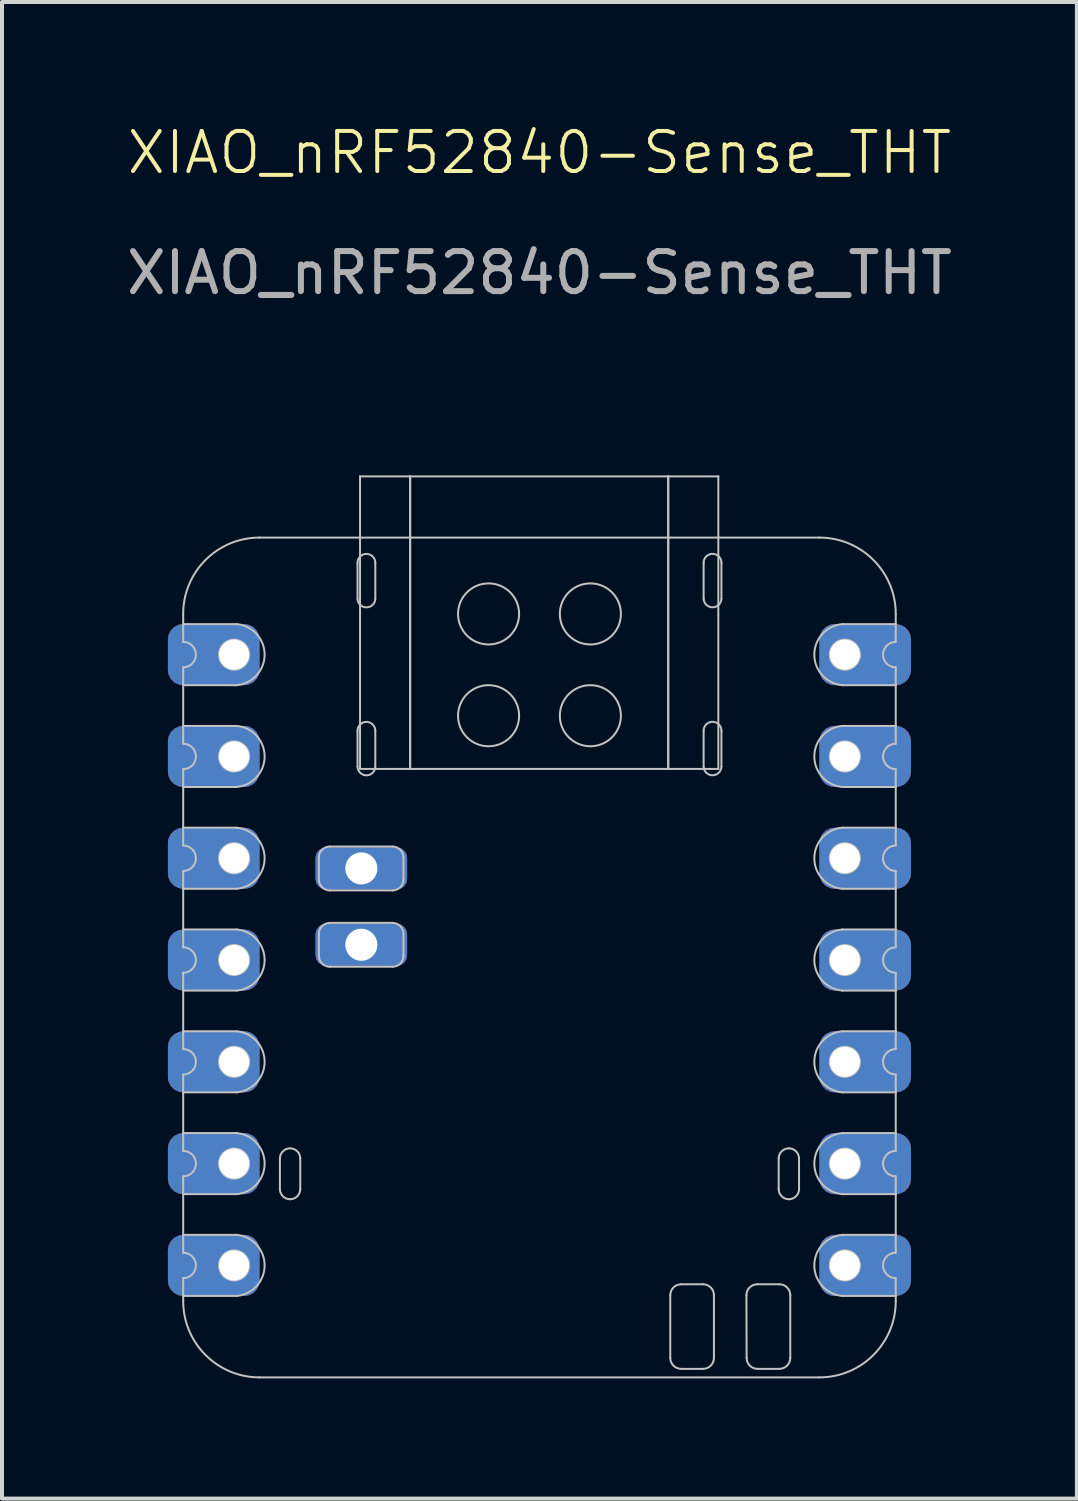
<source format=kicad_pcb>
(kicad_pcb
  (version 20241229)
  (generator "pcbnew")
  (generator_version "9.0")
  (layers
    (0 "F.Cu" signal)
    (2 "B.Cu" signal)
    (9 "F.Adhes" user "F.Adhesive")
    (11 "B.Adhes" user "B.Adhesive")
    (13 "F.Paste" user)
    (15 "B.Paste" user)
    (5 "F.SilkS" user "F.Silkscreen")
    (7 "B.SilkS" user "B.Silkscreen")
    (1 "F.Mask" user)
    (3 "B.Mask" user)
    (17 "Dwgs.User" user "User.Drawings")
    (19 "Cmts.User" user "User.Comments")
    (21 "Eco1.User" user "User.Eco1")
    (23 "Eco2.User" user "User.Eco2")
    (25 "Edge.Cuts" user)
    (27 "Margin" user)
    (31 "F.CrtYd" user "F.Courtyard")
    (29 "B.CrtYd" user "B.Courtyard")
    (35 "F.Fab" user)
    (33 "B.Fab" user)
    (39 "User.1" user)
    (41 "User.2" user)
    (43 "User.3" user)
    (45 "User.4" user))
  (footprint "XIAO_nRF52840-Sense_THT"
    (layer "F.Cu")
    (at 10.411 20.905)
    (property "Reference" "XIAO_nRF52840-Sense_THT" (at 0 -20.145 0) (unlocked yes) (layer "F.SilkS") (effects (font (size 1 1) (thickness 0.1))))
    (attr through_hole)
    (fp_line (start -8.89 -8.382) (end -8.89 -8.636) (stroke (width 0.05) (type default)) (layer "Dwgs.User"))
    (fp_line (start -8.89 -8.382) (end -7.556 -8.382) (stroke (width 0.05) (type default)) (layer "Dwgs.User"))
    (fp_line (start -8.89 -7.938) (end -8.89 -8.382) (stroke (width 0.05) (type default)) (layer "Dwgs.User"))
    (fp_line (start -8.89 -6.858) (end -8.89 -7.303) (stroke (width 0.05) (type default)) (layer "Dwgs.User"))
    (fp_line (start -8.89 -5.842) (end -8.89 -6.858) (stroke (width 0.05) (type default)) (layer "Dwgs.User"))
    (fp_line (start -8.89 -5.842) (end -7.556 -5.842) (stroke (width 0.05) (type default)) (layer "Dwgs.User"))
    (fp_line (start -8.89 -5.397) (end -8.89 -5.842) (stroke (width 0.05) (type default)) (layer "Dwgs.User"))
    (fp_line (start -8.89 -4.318) (end -8.89 -4.763) (stroke (width 0.05) (type default)) (layer "Dwgs.User"))
    (fp_line (start -8.89 -3.302) (end -8.89 -4.318) (stroke (width 0.05) (type default)) (layer "Dwgs.User"))
    (fp_line (start -8.89 -3.302) (end -7.556 -3.302) (stroke (width 0.05) (type default)) (layer "Dwgs.User"))
    (fp_line (start -8.89 -2.857) (end -8.89 -3.302) (stroke (width 0.05) (type default)) (layer "Dwgs.User"))
    (fp_line (start -8.89 -1.778) (end -8.89 -2.223) (stroke (width 0.05) (type default)) (layer "Dwgs.User"))
    (fp_line (start -8.89 -0.762) (end -8.89 -1.778) (stroke (width 0.05) (type default)) (layer "Dwgs.User"))
    (fp_line (start -8.89 -0.762) (end -7.556 -0.762) (stroke (width 0.05) (type default)) (layer "Dwgs.User"))
    (fp_line (start -8.89 -0.318) (end -8.89 -0.762) (stroke (width 0.05) (type default)) (layer "Dwgs.User"))
    (fp_line (start -8.89 0.762) (end -8.89 0.318) (stroke (width 0.05) (type default)) (layer "Dwgs.User"))
    (fp_line (start -8.89 1.778) (end -8.89 0.762) (stroke (width 0.05) (type default)) (layer "Dwgs.User"))
    (fp_line (start -8.89 1.778) (end -7.556 1.778) (stroke (width 0.05) (type default)) (layer "Dwgs.User"))
    (fp_line (start -8.89 2.223) (end -8.89 1.778) (stroke (width 0.05) (type default)) (layer "Dwgs.User"))
    (fp_line (start -8.89 3.302) (end -8.89 2.857) (stroke (width 0.05) (type default)) (layer "Dwgs.User"))
    (fp_line (start -8.89 4.318) (end -8.89 3.302) (stroke (width 0.05) (type default)) (layer "Dwgs.User"))
    (fp_line (start -8.89 4.318) (end -7.556 4.318) (stroke (width 0.05) (type default)) (layer "Dwgs.User"))
    (fp_line (start -8.89 4.763) (end -8.89 4.318) (stroke (width 0.05) (type default)) (layer "Dwgs.User"))
    (fp_line (start -8.89 5.842) (end -8.89 5.397) (stroke (width 0.05) (type default)) (layer "Dwgs.User"))
    (fp_line (start -8.89 6.858) (end -8.89 5.842) (stroke (width 0.05) (type default)) (layer "Dwgs.User"))
    (fp_line (start -8.89 6.858) (end -7.556 6.858) (stroke (width 0.05) (type default)) (layer "Dwgs.User"))
    (fp_line (start -8.89 7.303) (end -8.89 6.858) (stroke (width 0.05) (type default)) (layer "Dwgs.User"))
    (fp_line (start -8.89 8.382) (end -8.89 7.938) (stroke (width 0.05) (type default)) (layer "Dwgs.User"))
    (fp_line (start -8.89 8.509) (end -8.89 8.382) (stroke (width 0.05) (type default)) (layer "Dwgs.User"))
    (fp_line (start -7.556 -6.858) (end -8.89 -6.858) (stroke (width 0.05) (type default)) (layer "Dwgs.User"))
    (fp_line (start -7.556 -4.318) (end -8.89 -4.318) (stroke (width 0.05) (type default)) (layer "Dwgs.User"))
    (fp_line (start -7.556 -1.778) (end -8.89 -1.778) (stroke (width 0.05) (type default)) (layer "Dwgs.User"))
    (fp_line (start -7.556 0.762) (end -8.89 0.762) (stroke (width 0.05) (type default)) (layer "Dwgs.User"))
    (fp_line (start -7.556 3.302) (end -8.89 3.302) (stroke (width 0.05) (type default)) (layer "Dwgs.User"))
    (fp_line (start -7.556 5.842) (end -8.89 5.842) (stroke (width 0.05) (type default)) (layer "Dwgs.User"))
    (fp_line (start -7.556 8.382) (end -8.89 8.382) (stroke (width 0.05) (type default)) (layer "Dwgs.User"))
    (fp_line (start -6.985 -10.541) (end 6.985 -10.541) (stroke (width 0.05) (type default)) (layer "Dwgs.User"))
    (fp_line (start -6.477 4.953) (end -6.477 5.715) (stroke (width 0.05) (type default)) (layer "Dwgs.User"))
    (fp_line (start -5.969 5.715) (end -5.969 4.953) (stroke (width 0.05) (type default)) (layer "Dwgs.User"))
    (fp_line (start -5.504 -2.559) (end -5.504 -2.01) (stroke (width 0.05) (type default)) (layer "Dwgs.User"))
    (fp_line (start -5.504 -0.654) (end -5.504 -0.105) (stroke (width 0.05) (type default)) (layer "Dwgs.User"))
    (fp_line (start -5.231 -1.737) (end -3.667 -1.737) (stroke (width 0.05) (type default)) (layer "Dwgs.User"))
    (fp_line (start -5.231 0.168) (end -3.667 0.168) (stroke (width 0.05) (type default)) (layer "Dwgs.User"))
    (fp_line (start -4.54 -9.906) (end -4.54 -9.017) (stroke (width 0.05) (type default)) (layer "Dwgs.User"))
    (fp_line (start -4.54 -5.715) (end -4.54 -4.826) (stroke (width 0.05) (type default)) (layer "Dwgs.User"))
    (fp_line (start -4.477 -12.068) (end -3.227 -12.068) (stroke (width 0.05) (type default)) (layer "Dwgs.User"))
    (fp_line (start -4.477 -4.768) (end -4.477 -12.068) (stroke (width 0.05) (type default)) (layer "Dwgs.User"))
    (fp_line (start -4.096 -9.017) (end -4.096 -9.906) (stroke (width 0.05) (type default)) (layer "Dwgs.User"))
    (fp_line (start -4.096 -4.826) (end -4.096 -5.715) (stroke (width 0.05) (type default)) (layer "Dwgs.User"))
    (fp_line (start -3.667 -2.832) (end -5.231 -2.832) (stroke (width 0.05) (type default)) (layer "Dwgs.User"))
    (fp_line (start -3.667 -0.927) (end -5.231 -0.927) (stroke (width 0.05) (type default)) (layer "Dwgs.User"))
    (fp_line (start -3.394 -2.01) (end -3.394 -2.559) (stroke (width 0.05) (type default)) (layer "Dwgs.User"))
    (fp_line (start -3.394 -0.105) (end -3.394 -0.654) (stroke (width 0.05) (type default)) (layer "Dwgs.User"))
    (fp_line (start -3.227 -12.068) (end -3.227 -4.768) (stroke (width 0.05) (type default)) (layer "Dwgs.User"))
    (fp_line (start -3.227 -12.068) (end 3.213 -12.068) (stroke (width 0.05) (type default)) (layer "Dwgs.User"))
    (fp_line (start -3.227 -4.768) (end -4.477 -4.768) (stroke (width 0.05) (type default)) (layer "Dwgs.User"))
    (fp_line (start -3.227 -4.768) (end -3.227 -12.068) (stroke (width 0.05) (type default)) (layer "Dwgs.User"))
    (fp_line (start 3.213 -12.068) (end 3.213 -4.768) (stroke (width 0.05) (type default)) (layer "Dwgs.User"))
    (fp_line (start 3.213 -12.068) (end 3.213 -4.768) (stroke (width 0.05) (type default)) (layer "Dwgs.User"))
    (fp_line (start 3.213 -4.768) (end -3.227 -4.768) (stroke (width 0.05) (type default)) (layer "Dwgs.User"))
    (fp_line (start 3.213 -4.768) (end 4.463 -4.768) (stroke (width 0.05) (type default)) (layer "Dwgs.User"))
    (fp_line (start 3.264 8.363) (end 3.264 9.928) (stroke (width 0.05) (type default)) (layer "Dwgs.User"))
    (fp_line (start 3.537 10.201) (end 4.08 10.201) (stroke (width 0.05) (type default)) (layer "Dwgs.User"))
    (fp_line (start 4.08 8.09) (end 3.532 8.09) (stroke (width 0.05) (type default)) (layer "Dwgs.User"))
    (fp_line (start 4.096 -9.906) (end 4.096 -9.017) (stroke (width 0.05) (type default)) (layer "Dwgs.User"))
    (fp_line (start 4.096 -5.715) (end 4.096 -4.826) (stroke (width 0.05) (type default)) (layer "Dwgs.User"))
    (fp_line (start 4.353 9.928) (end 4.353 8.363) (stroke (width 0.05) (type default)) (layer "Dwgs.User"))
    (fp_line (start 4.463 -12.068) (end 3.213 -12.068) (stroke (width 0.05) (type default)) (layer "Dwgs.User"))
    (fp_line (start 4.463 -4.768) (end 4.463 -12.068) (stroke (width 0.05) (type default)) (layer "Dwgs.User"))
    (fp_line (start 4.54 -9.017) (end 4.54 -9.906) (stroke (width 0.05) (type default)) (layer "Dwgs.User"))
    (fp_line (start 4.54 -4.826) (end 4.54 -5.715) (stroke (width 0.05) (type default)) (layer "Dwgs.User"))
    (fp_line (start 5.164 8.364) (end 5.169 9.929) (stroke (width 0.05) (type default)) (layer "Dwgs.User"))
    (fp_line (start 5.442 10.201) (end 5.985 10.201) (stroke (width 0.05) (type default)) (layer "Dwgs.User"))
    (fp_line (start 5.969 4.953) (end 5.969 5.715) (stroke (width 0.05) (type default)) (layer "Dwgs.User"))
    (fp_line (start 5.985 8.09) (end 5.437 8.09) (stroke (width 0.05) (type default)) (layer "Dwgs.User"))
    (fp_line (start 6.258 9.929) (end 6.258 8.363) (stroke (width 0.05) (type default)) (layer "Dwgs.User"))
    (fp_line (start 6.477 5.715) (end 6.477 4.953) (stroke (width 0.05) (type default)) (layer "Dwgs.User"))
    (fp_line (start 6.985 10.414) (end -6.985 10.414) (stroke (width 0.05) (type default)) (layer "Dwgs.User"))
    (fp_line (start 7.556 -8.382) (end 8.89 -8.382) (stroke (width 0.05) (type default)) (layer "Dwgs.User"))
    (fp_line (start 7.556 -5.842) (end 8.89 -5.842) (stroke (width 0.05) (type default)) (layer "Dwgs.User"))
    (fp_line (start 7.556 -3.302) (end 8.89 -3.302) (stroke (width 0.05) (type default)) (layer "Dwgs.User"))
    (fp_line (start 7.556 -0.762) (end 8.89 -0.762) (stroke (width 0.05) (type default)) (layer "Dwgs.User"))
    (fp_line (start 7.556 1.778) (end 8.89 1.778) (stroke (width 0.05) (type default)) (layer "Dwgs.User"))
    (fp_line (start 7.556 4.318) (end 8.89 4.318) (stroke (width 0.05) (type default)) (layer "Dwgs.User"))
    (fp_line (start 7.556 6.858) (end 8.89 6.858) (stroke (width 0.05) (type default)) (layer "Dwgs.User"))
    (fp_line (start 8.89 -8.636) (end 8.89 -8.382) (stroke (width 0.05) (type default)) (layer "Dwgs.User"))
    (fp_line (start 8.89 -8.382) (end 8.89 -7.938) (stroke (width 0.05) (type default)) (layer "Dwgs.User"))
    (fp_line (start 8.89 -7.303) (end 8.89 -6.858) (stroke (width 0.05) (type default)) (layer "Dwgs.User"))
    (fp_line (start 8.89 -6.858) (end 7.556 -6.858) (stroke (width 0.05) (type default)) (layer "Dwgs.User"))
    (fp_line (start 8.89 -5.842) (end 8.89 -6.858) (stroke (width 0.05) (type default)) (layer "Dwgs.User"))
    (fp_line (start 8.89 -5.842) (end 8.89 -5.397) (stroke (width 0.05) (type default)) (layer "Dwgs.User"))
    (fp_line (start 8.89 -4.763) (end 8.89 -4.318) (stroke (width 0.05) (type default)) (layer "Dwgs.User"))
    (fp_line (start 8.89 -4.318) (end 7.556 -4.318) (stroke (width 0.05) (type default)) (layer "Dwgs.User"))
    (fp_line (start 8.89 -3.302) (end 8.89 -4.318) (stroke (width 0.05) (type default)) (layer "Dwgs.User"))
    (fp_line (start 8.89 -3.302) (end 8.89 -2.857) (stroke (width 0.05) (type default)) (layer "Dwgs.User"))
    (fp_line (start 8.89 -2.223) (end 8.89 -1.778) (stroke (width 0.05) (type default)) (layer "Dwgs.User"))
    (fp_line (start 8.89 -1.778) (end 7.556 -1.778) (stroke (width 0.05) (type default)) (layer "Dwgs.User"))
    (fp_line (start 8.89 -0.762) (end 8.89 -1.778) (stroke (width 0.05) (type default)) (layer "Dwgs.User"))
    (fp_line (start 8.89 -0.762) (end 8.89 -0.318) (stroke (width 0.05) (type default)) (layer "Dwgs.User"))
    (fp_line (start 8.89 0.318) (end 8.89 0.762) (stroke (width 0.05) (type default)) (layer "Dwgs.User"))
    (fp_line (start 8.89 0.762) (end 7.556 0.762) (stroke (width 0.05) (type default)) (layer "Dwgs.User"))
    (fp_line (start 8.89 1.778) (end 8.89 0.762) (stroke (width 0.05) (type default)) (layer "Dwgs.User"))
    (fp_line (start 8.89 1.778) (end 8.89 2.223) (stroke (width 0.05) (type default)) (layer "Dwgs.User"))
    (fp_line (start 8.89 2.857) (end 8.89 3.302) (stroke (width 0.05) (type default)) (layer "Dwgs.User"))
    (fp_line (start 8.89 3.302) (end 7.556 3.302) (stroke (width 0.05) (type default)) (layer "Dwgs.User"))
    (fp_line (start 8.89 4.318) (end 8.89 3.302) (stroke (width 0.05) (type default)) (layer "Dwgs.User"))
    (fp_line (start 8.89 4.318) (end 8.89 4.763) (stroke (width 0.05) (type default)) (layer "Dwgs.User"))
    (fp_line (start 8.89 5.397) (end 8.89 5.842) (stroke (width 0.05) (type default)) (layer "Dwgs.User"))
    (fp_line (start 8.89 5.842) (end 7.556 5.842) (stroke (width 0.05) (type default)) (layer "Dwgs.User"))
    (fp_line (start 8.89 6.858) (end 8.89 5.842) (stroke (width 0.05) (type default)) (layer "Dwgs.User"))
    (fp_line (start 8.89 6.858) (end 8.89 7.303) (stroke (width 0.05) (type default)) (layer "Dwgs.User"))
    (fp_line (start 8.89 7.938) (end 8.89 8.382) (stroke (width 0.05) (type default)) (layer "Dwgs.User"))
    (fp_line (start 8.89 8.382) (end 7.556 8.382) (stroke (width 0.05) (type default)) (layer "Dwgs.User"))
    (fp_line (start 8.89 8.382) (end 8.89 8.509) (stroke (width 0.05) (type default)) (layer "Dwgs.User"))
    (fp_arc (start -8.89 -8.636) (mid -8.332024 -9.983024) (end -6.985 -10.541) (stroke (width 0.05) (type default)) (layer "Dwgs.User"))
    (fp_arc (start -8.89 -7.9375) (mid -8.5725 -7.62) (end -8.89 -7.3025) (stroke (width 0.05) (type default)) (layer "Dwgs.User"))
    (fp_arc (start -8.89 -5.3975) (mid -8.5725 -5.08) (end -8.89 -4.7625) (stroke (width 0.05) (type default)) (layer "Dwgs.User"))
    (fp_arc (start -8.89 -2.8575) (mid -8.5725 -2.54) (end -8.89 -2.2225) (stroke (width 0.05) (type default)) (layer "Dwgs.User"))
    (fp_arc (start -8.89 -0.3175) (mid -8.5725 0) (end -8.89 0.3175) (stroke (width 0.05) (type default)) (layer "Dwgs.User"))
    (fp_arc (start -8.89 2.2225) (mid -8.5725 2.54) (end -8.89 2.8575) (stroke (width 0.05) (type default)) (layer "Dwgs.User"))
    (fp_arc (start -8.89 4.7625) (mid -8.5725 5.08) (end -8.89 5.3975) (stroke (width 0.05) (type default)) (layer "Dwgs.User"))
    (fp_arc (start -8.89 7.3025) (mid -8.5725 7.62) (end -8.89 7.9375) (stroke (width 0.05) (type default)) (layer "Dwgs.User"))
    (fp_arc (start -7.5565 -8.382) (mid -6.858 -7.62) (end -7.5565 -6.858) (stroke (width 0.05) (type default)) (layer "Dwgs.User"))
    (fp_arc (start -7.5565 -5.842) (mid -6.858 -5.08) (end -7.5565 -4.318) (stroke (width 0.05) (type default)) (layer "Dwgs.User"))
    (fp_arc (start -7.5565 -3.302) (mid -6.858 -2.54) (end -7.5565 -1.778) (stroke (width 0.05) (type default)) (layer "Dwgs.User"))
    (fp_arc (start -7.5565 -0.762) (mid -6.858 0) (end -7.5565 0.762) (stroke (width 0.05) (type default)) (layer "Dwgs.User"))
    (fp_arc (start -7.5565 1.778) (mid -6.858 2.54) (end -7.5565 3.302) (stroke (width 0.05) (type default)) (layer "Dwgs.User"))
    (fp_arc (start -7.5565 4.318) (mid -6.858 5.08) (end -7.5565 5.842) (stroke (width 0.05) (type default)) (layer "Dwgs.User"))
    (fp_arc (start -7.5565 6.858) (mid -6.858 7.62) (end -7.5565 8.382) (stroke (width 0.05) (type default)) (layer "Dwgs.User"))
    (fp_arc (start -6.985 10.414) (mid -8.332026 9.856026) (end -8.89 8.509) (stroke (width 0.05) (type default)) (layer "Dwgs.User"))
    (fp_arc (start -6.477 4.953) (mid -6.402603 4.773397) (end -6.223 4.699) (stroke (width 0.05) (type default)) (layer "Dwgs.User"))
    (fp_arc (start -6.223 4.699) (mid -6.043397 4.773397) (end -5.969 4.953) (stroke (width 0.05) (type default)) (layer "Dwgs.User"))
    (fp_arc (start -6.223 5.969) (mid -6.402603 5.894603) (end -6.477 5.715) (stroke (width 0.05) (type default)) (layer "Dwgs.User"))
    (fp_arc (start -5.969 5.715) (mid -6.043397 5.894603) (end -6.223 5.969) (stroke (width 0.05) (type default)) (layer "Dwgs.User"))
    (fp_arc (start -5.504259 -2.558529) (mid -5.424292 -2.751612) (end -5.231209 -2.831579) (stroke (width 0.05) (type default)) (layer "Dwgs.User"))
    (fp_arc (start -5.504259 -0.653529) (mid -5.424292 -0.846612) (end -5.231209 -0.926579) (stroke (width 0.05) (type default)) (layer "Dwgs.User"))
    (fp_arc (start -5.231209 -1.736839) (mid -5.424285 -1.816813) (end -5.504259 -2.009889) (stroke (width 0.05) (type default)) (layer "Dwgs.User"))
    (fp_arc (start -5.231209 0.168161) (mid -5.424285 0.088187) (end -5.504259 -0.104889) (stroke (width 0.05) (type default)) (layer "Dwgs.User"))
    (fp_arc (start -4.54025 -9.906) (mid -4.318 -10.128251) (end -4.09575 -9.906) (stroke (width 0.05) (type default)) (layer "Dwgs.User"))
    (fp_arc (start -4.54025 -5.715) (mid -4.318 -5.937251) (end -4.09575 -5.715) (stroke (width 0.05) (type default)) (layer "Dwgs.User"))
    (fp_arc (start -4.09575 -9.017) (mid -4.318 -8.794751) (end -4.54025 -9.017) (stroke (width 0.05) (type default)) (layer "Dwgs.User"))
    (fp_arc (start -4.09575 -4.826) (mid -4.318 -4.603751) (end -4.54025 -4.826) (stroke (width 0.05) (type default)) (layer "Dwgs.User"))
    (fp_arc (start -3.666569 -2.831579) (mid -3.473511 -2.751587) (end -3.393519 -2.558529) (stroke (width 0.05) (type default)) (layer "Dwgs.User"))
    (fp_arc (start -3.666569 -0.926579) (mid -3.473511 -0.846587) (end -3.393519 -0.653529) (stroke (width 0.05) (type default)) (layer "Dwgs.User"))
    (fp_arc (start -3.393519 -2.009889) (mid -3.473494 -1.816814) (end -3.666569 -1.736839) (stroke (width 0.05) (type default)) (layer "Dwgs.User"))
    (fp_arc (start -3.393519 -0.104889) (mid -3.473494 0.088186) (end -3.666569 0.168161) (stroke (width 0.05) (type default)) (layer "Dwgs.User"))
    (fp_arc (start 3.263821 8.363471) (mid 3.342007 8.1722) (end 3.531791 8.090469) (stroke (width 0.05) (type default)) (layer "Dwgs.User"))
    (fp_arc (start 3.536871 10.201161) (mid 3.34381 10.121177) (end 3.263821 9.928111) (stroke (width 0.05) (type default)) (layer "Dwgs.User"))
    (fp_arc (start 4.080408 8.090421) (mid 4.273489 8.170397) (end 4.353481 8.363471) (stroke (width 0.05) (type default)) (layer "Dwgs.User"))
    (fp_arc (start 4.09575 -9.906) (mid 4.318 -10.128251) (end 4.54025 -9.906) (stroke (width 0.05) (type default)) (layer "Dwgs.User"))
    (fp_arc (start 4.09575 -5.715) (mid 4.318 -5.937251) (end 4.54025 -5.715) (stroke (width 0.05) (type default)) (layer "Dwgs.User"))
    (fp_arc (start 4.353481 9.928111) (mid 4.273504 10.12119) (end 4.080431 10.201161) (stroke (width 0.05) (type default)) (layer "Dwgs.User"))
    (fp_arc (start 4.54025 -9.017) (mid 4.318 -8.794751) (end 4.09575 -9.017) (stroke (width 0.05) (type default)) (layer "Dwgs.User"))
    (fp_arc (start 4.54025 -4.826) (mid 4.318 -4.603751) (end 4.09575 -4.826) (stroke (width 0.05) (type default)) (layer "Dwgs.User"))
    (fp_arc (start 5.163743 8.364358) (mid 5.243402 8.170709) (end 5.436791 8.090421) (stroke (width 0.05) (type default)) (layer "Dwgs.User"))
    (fp_arc (start 5.441871 10.201161) (mid 5.249124 10.12149) (end 5.168823 9.928998) (stroke (width 0.05) (type default)) (layer "Dwgs.User"))
    (fp_arc (start 5.969 4.953) (mid 6.043395 4.773395) (end 6.223 4.699) (stroke (width 0.05) (type default)) (layer "Dwgs.User"))
    (fp_arc (start 5.985431 8.090421) (mid 6.178497 8.170405) (end 6.258481 8.363471) (stroke (width 0.05) (type default)) (layer "Dwgs.User"))
    (fp_arc (start 6.223 4.699) (mid 6.402605 4.773395) (end 6.477 4.953) (stroke (width 0.05) (type default)) (layer "Dwgs.User"))
    (fp_arc (start 6.223 5.969) (mid 6.043395 5.894605) (end 5.969 5.715) (stroke (width 0.05) (type default)) (layer "Dwgs.User"))
    (fp_arc (start 6.25848 9.928998) (mid 6.178191 10.121504) (end 5.985431 10.201161) (stroke (width 0.05) (type default)) (layer "Dwgs.User"))
    (fp_arc (start 6.477 5.715) (mid 6.402605 5.894605) (end 6.223 5.969) (stroke (width 0.05) (type default)) (layer "Dwgs.User"))
    (fp_arc (start 6.985 -10.541) (mid 8.33203 -9.98303) (end 8.89 -8.636) (stroke (width 0.05) (type default)) (layer "Dwgs.User"))
    (fp_arc (start 7.5565 -6.858) (mid 6.858003 -7.62) (end 7.5565 -8.382) (stroke (width 0.05) (type default)) (layer "Dwgs.User"))
    (fp_arc (start 7.5565 -4.318) (mid 6.858003 -5.08) (end 7.5565 -5.842) (stroke (width 0.05) (type default)) (layer "Dwgs.User"))
    (fp_arc (start 7.5565 -1.778) (mid 6.858003 -2.54) (end 7.5565 -3.302) (stroke (width 0.05) (type default)) (layer "Dwgs.User"))
    (fp_arc (start 7.5565 0.762) (mid 6.858003 0) (end 7.5565 -0.762) (stroke (width 0.05) (type default)) (layer "Dwgs.User"))
    (fp_arc (start 7.5565 3.302) (mid 6.858003 2.54) (end 7.5565 1.778) (stroke (width 0.05) (type default)) (layer "Dwgs.User"))
    (fp_arc (start 7.5565 5.842) (mid 6.858003 5.08) (end 7.5565 4.318) (stroke (width 0.05) (type default)) (layer "Dwgs.User"))
    (fp_arc (start 7.5565 8.382) (mid 6.858003 7.62) (end 7.5565 6.858) (stroke (width 0.05) (type default)) (layer "Dwgs.User"))
    (fp_arc (start 8.89 -7.3025) (mid 8.5725 -7.62) (end 8.89 -7.9375) (stroke (width 0.05) (type default)) (layer "Dwgs.User"))
    (fp_arc (start 8.89 -4.7625) (mid 8.5725 -5.08) (end 8.89 -5.3975) (stroke (width 0.05) (type default)) (layer "Dwgs.User"))
    (fp_arc (start 8.89 -2.2225) (mid 8.5725 -2.54) (end 8.89 -2.8575) (stroke (width 0.05) (type default)) (layer "Dwgs.User"))
    (fp_arc (start 8.89 0.3175) (mid 8.5725 0) (end 8.89 -0.3175) (stroke (width 0.05) (type default)) (layer "Dwgs.User"))
    (fp_arc (start 8.89 2.8575) (mid 8.5725 2.54) (end 8.89 2.2225) (stroke (width 0.05) (type default)) (layer "Dwgs.User"))
    (fp_arc (start 8.89 5.3975) (mid 8.5725 5.08) (end 8.89 4.7625) (stroke (width 0.05) (type default)) (layer "Dwgs.User"))
    (fp_arc (start 8.89 7.9375) (mid 8.5725 7.62) (end 8.89 7.3025) (stroke (width 0.05) (type default)) (layer "Dwgs.User"))
    (fp_arc (start 8.89 8.509) (mid 8.332027 9.856027) (end 6.985 10.414) (stroke (width 0.05) (type default)) (layer "Dwgs.User"))
    (fp_circle (center -7.62 -7.62) (end -7.62 -7.995) (stroke (width 0.05) (type default)) (fill no) (layer "Dwgs.User"))
    (fp_circle (center -7.62 -5.08) (end -7.62 -5.455) (stroke (width 0.05) (type default)) (fill no) (layer "Dwgs.User"))
    (fp_circle (center -7.62 -2.54) (end -7.62 -2.915) (stroke (width 0.05) (type default)) (fill no) (layer "Dwgs.User"))
    (fp_circle (center -7.62 0) (end -7.62 -0.375) (stroke (width 0.05) (type default)) (fill no) (layer "Dwgs.User"))
    (fp_circle (center -7.62 2.54) (end -7.62 2.165) (stroke (width 0.05) (type default)) (fill no) (layer "Dwgs.User"))
    (fp_circle (center -7.62 5.08) (end -7.62 4.705) (stroke (width 0.05) (type default)) (fill no) (layer "Dwgs.User"))
    (fp_circle (center -7.62 7.62) (end -7.62 7.245) (stroke (width 0.05) (type default)) (fill no) (layer "Dwgs.User"))
    (fp_circle (center -1.27 -8.636) (end -1.27 -9.398) (stroke (width 0.05) (type default)) (fill no) (layer "Dwgs.User"))
    (fp_circle (center -1.27 -6.096) (end -1.27 -6.858) (stroke (width 0.05) (type default)) (fill no) (layer "Dwgs.User"))
    (fp_circle (center 1.27 -8.636) (end 1.27 -9.398) (stroke (width 0.05) (type default)) (fill no) (layer "Dwgs.User"))
    (fp_circle (center 1.27 -6.096) (end 1.27 -6.858) (stroke (width 0.05) (type default)) (fill no) (layer "Dwgs.User"))
    (fp_circle (center 7.62 -7.62) (end 7.62 -7.995) (stroke (width 0.05) (type default)) (fill no) (layer "Dwgs.User"))
    (fp_circle (center 7.62 -5.08) (end 7.62 -5.455) (stroke (width 0.05) (type default)) (fill no) (layer "Dwgs.User"))
    (fp_circle (center 7.62 -2.54) (end 7.62 -2.915) (stroke (width 0.05) (type default)) (fill no) (layer "Dwgs.User"))
    (fp_circle (center 7.62 0) (end 7.62 -0.375) (stroke (width 0.05) (type default)) (fill no) (layer "Dwgs.User"))
    (fp_circle (center 7.62 2.54) (end 7.62 2.165) (stroke (width 0.05) (type default)) (fill no) (layer "Dwgs.User"))
    (fp_circle (center 7.62 5.08) (end 7.62 4.705) (stroke (width 0.05) (type default)) (fill no) (layer "Dwgs.User"))
    (fp_circle (center 7.62 7.62) (end 7.62 7.245) (stroke (width 0.05) (type default)) (fill no) (layer "Dwgs.User"))
    (fp_text user "${REFERENCE}" (at 0 -17.145 0) (unlocked yes) (layer "F.Fab") (effects (font (size 1 1) (thickness 0.15))))
    (pad "0" thru_hole roundrect (at -7.62 -7.62) (size 2.286 1.524) (drill 0.75 (offset -0.508 0)) (layers "*.Cu" "*.Mask") (roundrect_rratio 0.25))
    (pad "1" thru_hole roundrect (at -7.62 -5.08) (size 2.286 1.524) (drill 0.75 (offset -0.508 0)) (layers "*.Cu" "*.Mask") (roundrect_rratio 0.25))
    (pad "2" thru_hole roundrect (at -7.62 -2.54) (size 2.286 1.524) (drill 0.75 (offset -0.508 0)) (layers "*.Cu" "*.Mask") (roundrect_rratio 0.25))
    (pad "3" thru_hole roundrect (at -7.62 0) (size 2.286 1.524) (drill 0.75 (offset -0.508 0)) (layers "*.Cu" "*.Mask") (roundrect_rratio 0.25))
    (pad "4" thru_hole roundrect (at -7.62 2.54) (size 2.286 1.524) (drill 0.75 (offset -0.508 0)) (layers "*.Cu" "*.Mask") (roundrect_rratio 0.25))
    (pad "5" thru_hole roundrect (at -7.62 5.08) (size 2.286 1.524) (drill 0.75 (offset -0.508 0)) (layers "*.Cu" "*.Mask") (roundrect_rratio 0.25))
    (pad "6" thru_hole roundrect (at -7.62 7.62) (size 2.286 1.524) (drill 0.75 (offset -0.508 0)) (layers "*.Cu" "*.Mask") (roundrect_rratio 0.25))
    (pad "7" thru_hole roundrect (at 7.62 7.62) (size 2.286 1.524) (drill 0.75 (offset 0.508 0)) (layers "*.Cu" "*.Mask") (roundrect_rratio 0.25))
    (pad "8" thru_hole roundrect (at 7.62 5.08) (size 2.286 1.524) (drill 0.75 (offset 0.508 0)) (layers "*.Cu" "*.Mask") (roundrect_rratio 0.25))
    (pad "9" thru_hole roundrect (at 7.62 2.54) (size 2.286 1.524) (drill 0.75 (offset 0.508 0)) (layers "*.Cu" "*.Mask") (roundrect_rratio 0.25))
    (pad "10" thru_hole roundrect (at 7.62 0) (size 2.286 1.524) (drill 0.75 (offset 0.508 0)) (layers "*.Cu" "*.Mask") (roundrect_rratio 0.25))
    (pad "11" thru_hole roundrect (at 7.62 -2.54) (size 2.286 1.524) (drill 0.75 (offset 0.508 0)) (layers "*.Cu" "*.Mask") (roundrect_rratio 0.25))
    (pad "12" thru_hole roundrect (at 7.62 -5.08) (size 2.286 1.524) (drill 0.75 (offset 0.508 0)) (layers "*.Cu" "*.Mask") (roundrect_rratio 0.25))
    (pad "13" thru_hole roundrect (at 7.62 -7.62) (size 2.286 1.524) (drill 0.75 (offset 0.508 0)) (layers "*.Cu" "*.Mask") (roundrect_rratio 0.25))
    (pad "14" thru_hole roundrect (at -4.445 -2.286) (size 2.286 1.051) (drill 0.8) (layers "*.Cu" "*.Mask") (roundrect_rratio 0.25))
    (pad "15" thru_hole roundrect (at -4.445 -0.381) (size 2.286 1.051) (drill 0.8) (layers "*.Cu" "*.Mask") (roundrect_rratio 0.25)))
  (gr_rect
    (start -3 -3)
    (end 23.821 34.344)
    (stroke (width 0.1) (type default))
    (fill no)
    (layer "Edge.Cuts")))
</source>
